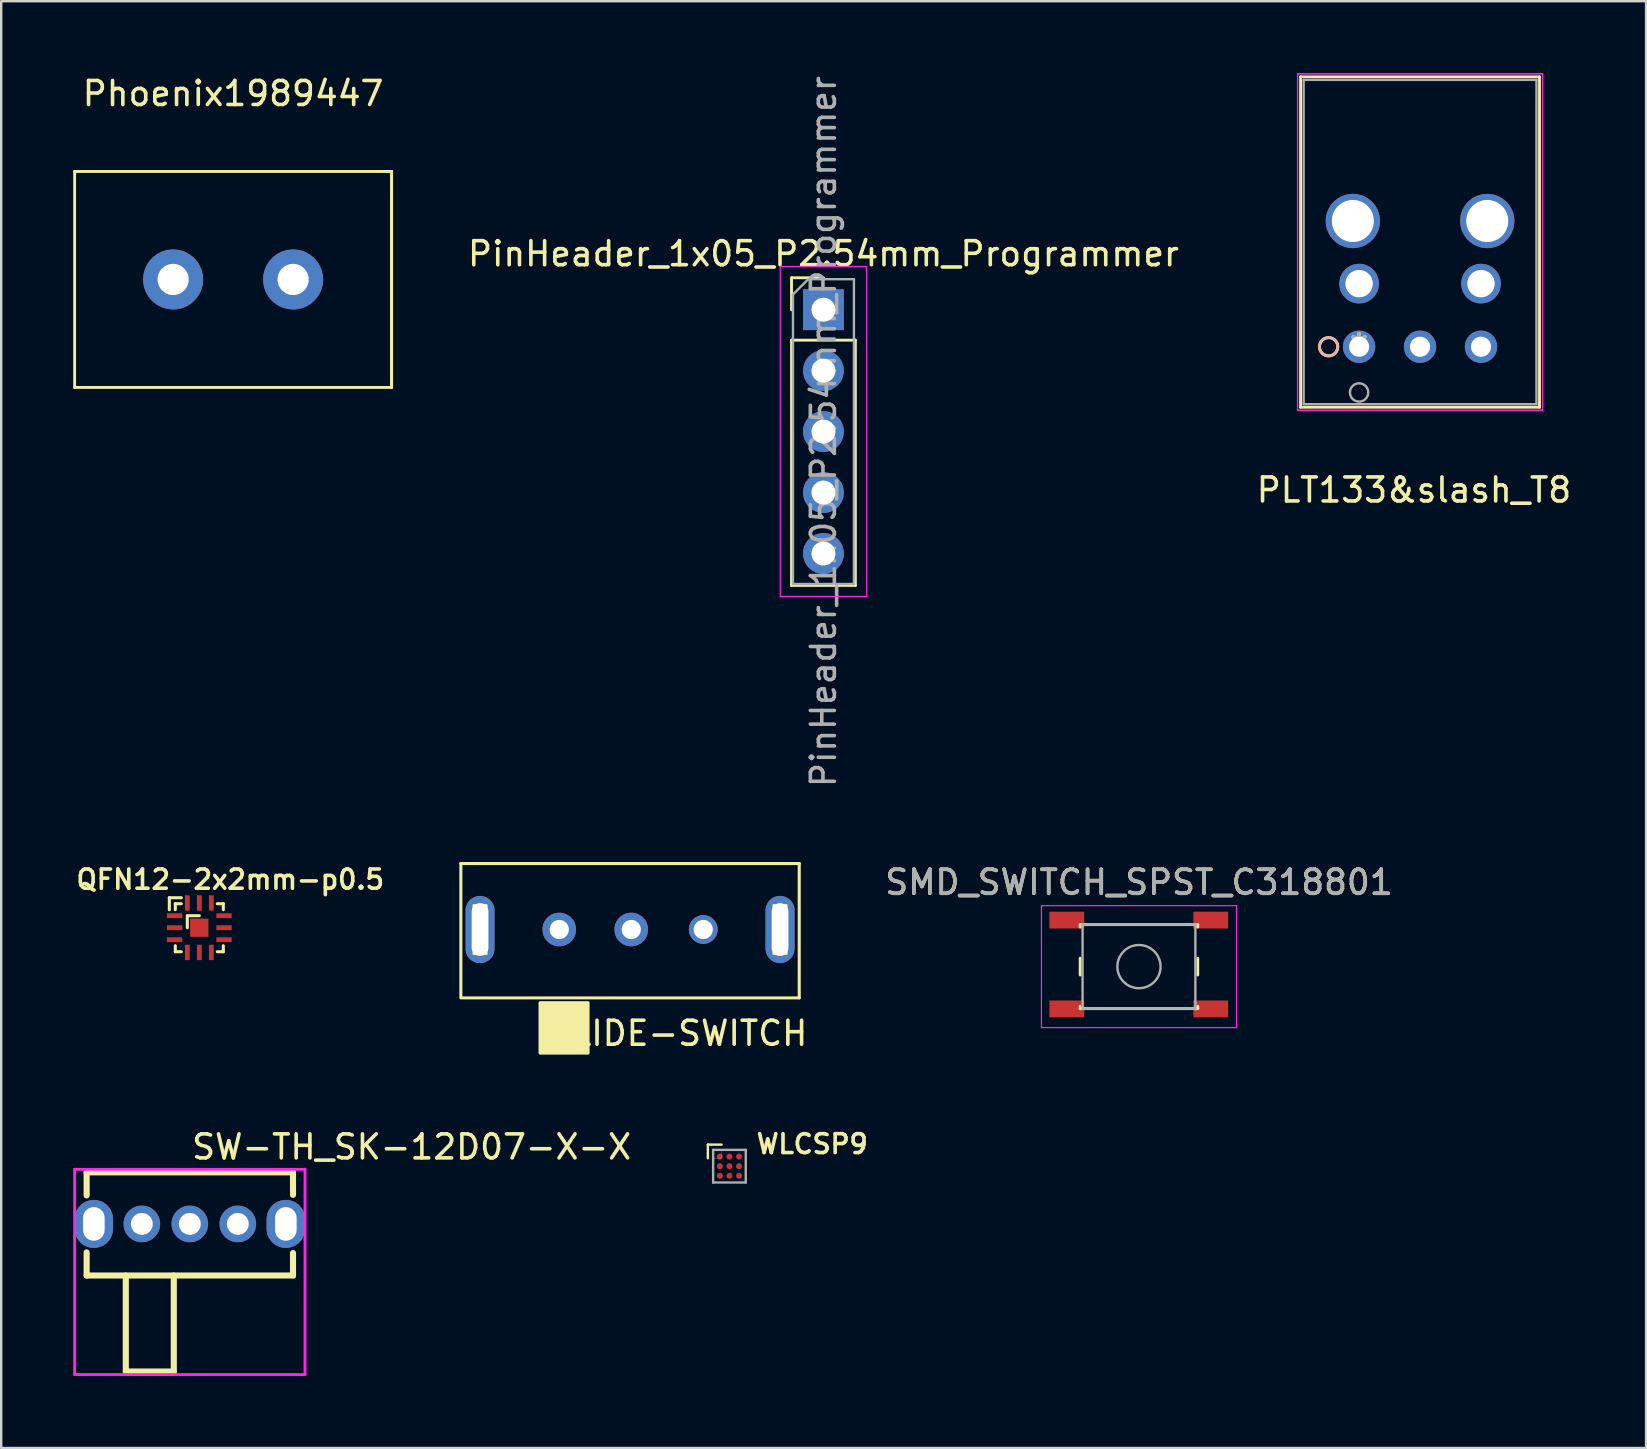
<source format=kicad_pcb>
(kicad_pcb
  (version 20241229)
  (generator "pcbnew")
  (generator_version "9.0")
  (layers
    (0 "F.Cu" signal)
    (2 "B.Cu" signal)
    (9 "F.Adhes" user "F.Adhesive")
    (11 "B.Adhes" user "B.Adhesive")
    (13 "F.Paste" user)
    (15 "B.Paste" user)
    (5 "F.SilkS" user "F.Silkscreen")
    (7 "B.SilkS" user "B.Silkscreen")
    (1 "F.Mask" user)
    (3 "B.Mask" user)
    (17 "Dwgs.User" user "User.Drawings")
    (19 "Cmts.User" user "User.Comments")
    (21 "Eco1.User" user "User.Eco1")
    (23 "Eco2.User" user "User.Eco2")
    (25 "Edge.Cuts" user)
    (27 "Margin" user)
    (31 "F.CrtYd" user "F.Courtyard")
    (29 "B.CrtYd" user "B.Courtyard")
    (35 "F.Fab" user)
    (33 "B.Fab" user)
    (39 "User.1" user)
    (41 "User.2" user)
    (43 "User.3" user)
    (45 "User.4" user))
  (footprint "QFN12-2x2mm-p0.5"
    (layer "F.Cu")
    (at 5.255 35.608)
    (property "Reference" "QFN12-2x2mm-p0.5" (at 1.29 -2.008 0) (layer "F.SilkS") (effects (font (size 0.8 0.8) (thickness 0.15))))
    (attr through_hole)
    (fp_line (start -1.25 -1.25) (end -0.75 -1.25) (stroke (width 0.127) (type solid)) (layer "F.SilkS"))
    (fp_line (start -1.25 -0.75) (end -1.25 -1.25) (stroke (width 0.127) (type solid)) (layer "F.SilkS"))
    (fp_line (start -1 -1) (end -0.75 -1) (stroke (width 0.127) (type solid)) (layer "F.SilkS"))
    (fp_line (start -1 -0.75) (end -1 -1) (stroke (width 0.127) (type solid)) (layer "F.SilkS"))
    (fp_line (start -1 0.75) (end -1 1) (stroke (width 0.127) (type solid)) (layer "F.SilkS"))
    (fp_line (start -1 1) (end -0.75 1) (stroke (width 0.127) (type solid)) (layer "F.SilkS"))
    (fp_line (start -0.5 -0.5) (end 0 -0.5) (stroke (width 0.127) (type solid)) (layer "F.SilkS"))
    (fp_line (start -0.5 0) (end -0.5 -0.5) (stroke (width 0.127) (type solid)) (layer "F.SilkS"))
    (fp_line (start 0.75 -1) (end 1 -1) (stroke (width 0.127) (type solid)) (layer "F.SilkS"))
    (fp_line (start 0.75 1) (end 1 1) (stroke (width 0.127) (type solid)) (layer "F.SilkS"))
    (fp_line (start 1 -1) (end 1 -0.75) (stroke (width 0.127) (type solid)) (layer "F.SilkS"))
    (fp_line (start 1 1) (end 1 0.75) (stroke (width 0.127) (type solid)) (layer "F.SilkS"))
    (pad "1" smd rect (at -1.03 -0.5 90) (size 0.2 0.64) (layers "F.Cu" "F.Mask" "F.Paste"))
    (pad "2" smd rect (at -1.03 0 90) (size 0.2 0.64) (layers "F.Cu" "F.Mask" "F.Paste"))
    (pad "3" smd rect (at -1.03 0.5 90) (size 0.2 0.64) (layers "F.Cu" "F.Mask" "F.Paste"))
    (pad "4" smd rect (at -0.5 1.03 180) (size 0.2 0.64) (layers "F.Cu" "F.Mask" "F.Paste"))
    (pad "5" smd rect (at 0 1.03 180) (size 0.2 0.64) (layers "F.Cu" "F.Mask" "F.Paste"))
    (pad "6" smd rect (at 0.5 1.03 180) (size 0.2 0.64) (layers "F.Cu" "F.Mask" "F.Paste"))
    (pad "7" smd rect (at 1.03 0.5 90) (size 0.2 0.64) (layers "F.Cu" "F.Mask" "F.Paste"))
    (pad "8" smd rect (at 1.03 0 90) (size 0.2 0.64) (layers "F.Cu" "F.Mask" "F.Paste"))
    (pad "9" smd rect (at 1.03 -0.5 90) (size 0.2 0.64) (layers "F.Cu" "F.Mask" "F.Paste"))
    (pad "10" smd rect (at 0.5 -1.03 180) (size 0.2 0.64) (layers "F.Cu" "F.Mask" "F.Paste"))
    (pad "11" smd rect (at 0 -1.03 180) (size 0.2 0.64) (layers "F.Cu" "F.Mask" "F.Paste"))
    (pad "12" smd rect (at -0.5 -1.03 180) (size 0.2 0.64) (layers "F.Cu" "F.Mask" "F.Paste"))
    (pad "P" smd rect (at 0 0) (size 0.76 0.76) (layers "F.Cu" "F.Mask" "F.Paste")))
  (footprint "SW-TH_SK-12D07-X-X"
    (layer "F.Cu")
    (at 4.86 47.951)
    (property "Reference" "SW-TH_SK-12D07-X-X" (at 0 -3.207 0) (layer "F.SilkS") (effects (font (size 1 1) (thickness 0.15)) (justify left)))
    (attr through_hole)
    (fp_line (start -4.3 -2.15) (end -4.3 -1.186) (stroke (width 0.254) (type solid)) (layer "F.SilkS"))
    (fp_line (start -4.3 -2.15) (end 4.3 -2.15) (stroke (width 0.254) (type solid)) (layer "F.SilkS"))
    (fp_line (start -4.3 1.186) (end -4.3 2.15) (stroke (width 0.254) (type solid)) (layer "F.SilkS"))
    (fp_line (start -4.3 2.15) (end 4.3 2.15) (stroke (width 0.254) (type solid)) (layer "F.SilkS"))
    (fp_line (start -2.668 2.15) (end -2.668 6.15) (stroke (width 0.254) (type solid)) (layer "F.SilkS"))
    (fp_line (start -2.668 6.15) (end -0.668 6.15) (stroke (width 0.254) (type solid)) (layer "F.SilkS"))
    (fp_line (start -0.668 6.15) (end -0.668 2.15) (stroke (width 0.254) (type solid)) (layer "F.SilkS"))
    (fp_line (start 4.3 -2.15) (end 4.3 -1.212) (stroke (width 0.254) (type solid)) (layer "F.SilkS"))
    (fp_line (start 4.3 1.212) (end 4.3 2.15) (stroke (width 0.254) (type solid)) (layer "F.SilkS"))
    (fp_circle (center -4.8 6.277) (end -4.77 6.277) (stroke (width 0.06) (type solid)) (fill no) (layer "Eco2.User"))
    (fp_circle (center -2 0) (end -1.821 0) (stroke (width 0.357) (type solid)) (fill no) (layer "Eco2.User"))
    (fp_circle (center 0 0) (end 0.179 0) (stroke (width 0.357) (type solid)) (fill no) (layer "Eco2.User"))
    (fp_circle (center 2 0) (end 2.179 0) (stroke (width 0.357) (type solid)) (fill no) (layer "Eco2.User"))
    (fp_poly (pts (xy -4.36 0.25) (xy -4.36 -0.25) (xy -3.64 -0.25) (xy -3.64 0.25)) (stroke (width 0.12) (type solid)) (fill no) (layer "Eco2.User"))
    (fp_poly (pts (xy 3.64 0.25) (xy 3.64 -0.25) (xy 4.36 -0.25) (xy 4.36 0.25)) (stroke (width 0.12) (type solid)) (fill no) (layer "Eco2.User"))
    (fp_line (start -4.8 -2.277) (end 4.8 -2.277) (stroke (width 0.12) (type solid)) (layer "F.CrtYd"))
    (fp_line (start -4.8 6.277) (end -4.8 -2.277) (stroke (width 0.12) (type solid)) (layer "F.CrtYd"))
    (fp_line (start 4.8 -2.277) (end 4.8 6.277) (stroke (width 0.12) (type solid)) (layer "F.CrtYd"))
    (fp_line (start 4.8 6.277) (end -4.8 6.277) (stroke (width 0.12) (type solid)) (layer "F.CrtYd"))
    (pad "1" thru_hole circle (at -2 0) (size 1.524 1.524) (drill 0.914) (layers "*.Cu" "*.Mask"))
    (pad "2" thru_hole circle (at 0 0) (size 1.524 1.524) (drill 0.914) (layers "*.Cu" "*.Mask"))
    (pad "3" thru_hole circle (at 2 0) (size 1.524 1.524) (drill 0.914) (layers "*.Cu" "*.Mask"))
    (pad "EH" thru_hole oval (at -4 0) (size 1.6 2) (drill oval 0.9 1.4) (layers "*.Cu" "*.Mask"))
    (pad "EH" thru_hole oval (at 4 0) (size 1.6 2) (drill oval 0.9 1.4) (layers "*.Cu" "*.Mask")))
  (footprint "WLCSP9"
    (layer "F.Cu")
    (at 27.346 45.545)
    (property "Reference" "WLCSP9" (at 3.45 -0.925 0) (layer "F.SilkS") (effects (font (size 0.787 0.787) (thickness 0.15))))
    (attr through_hole)
    (fp_circle (center -0.4 -0.4) (end -0.237 -0.4) (stroke (width 0) (type solid)) (fill yes) (layer "F.Mask"))
    (fp_circle (center -0.4 0) (end -0.237 0) (stroke (width 0) (type solid)) (fill yes) (layer "F.Mask"))
    (fp_circle (center -0.4 0.4) (end -0.237 0.4) (stroke (width 0) (type solid)) (fill yes) (layer "F.Mask"))
    (fp_circle (center 0 -0.4) (end 0.163 -0.4) (stroke (width 0) (type solid)) (fill yes) (layer "F.Mask"))
    (fp_circle (center 0 0) (end 0.163 0) (stroke (width 0) (type solid)) (fill yes) (layer "F.Mask"))
    (fp_circle (center 0 0.4) (end 0.163 0.4) (stroke (width 0) (type solid)) (fill yes) (layer "F.Mask"))
    (fp_circle (center 0.4 -0.4) (end 0.562 -0.4) (stroke (width 0) (type solid)) (fill yes) (layer "F.Mask"))
    (fp_circle (center 0.4 0) (end 0.562 0) (stroke (width 0) (type solid)) (fill yes) (layer "F.Mask"))
    (fp_circle (center 0.4 0.4) (end 0.562 0.4) (stroke (width 0) (type solid)) (fill yes) (layer "F.Mask"))
    (fp_line (start -0.9 -0.9) (end -0.9 -0.33) (stroke (width 0.1) (type solid)) (layer "F.SilkS"))
    (fp_line (start -0.33 -0.9) (end -0.9 -0.9) (stroke (width 0.1) (type solid)) (layer "F.SilkS"))
    (fp_line (start -0.68 -0.68) (end 0.68 -0.68) (stroke (width 0.1) (type solid)) (layer "F.Fab"))
    (fp_line (start -0.68 0.68) (end -0.68 -0.68) (stroke (width 0.1) (type solid)) (layer "F.Fab"))
    (fp_line (start 0.68 -0.68) (end 0.68 0.68) (stroke (width 0.1) (type solid)) (layer "F.Fab"))
    (fp_line (start 0.68 0.68) (end -0.68 0.68) (stroke (width 0.1) (type solid)) (layer "F.Fab"))
    (fp_poly (pts (xy -0.68 -0.68) (xy -0.33 -0.68) (xy -0.33 -0.33) (xy -0.68 -0.33)) (stroke (width 0.01) (type solid)) (fill no) (layer "F.Fab"))
    (pad "A1" smd circle (at -0.4 -0.4) (size 0.25 0.25) (layers "F.Cu" "F.Paste"))
    (pad "A2" smd circle (at 0 -0.4) (size 0.25 0.25) (layers "F.Cu" "F.Paste"))
    (pad "A3" smd circle (at 0.4 -0.4) (size 0.25 0.25) (layers "F.Cu" "F.Paste"))
    (pad "B1" smd circle (at -0.4 0) (size 0.25 0.25) (layers "F.Cu" "F.Paste"))
    (pad "B2" smd circle (at 0 0) (size 0.25 0.25) (layers "F.Cu" "F.Paste"))
    (pad "B3" smd circle (at 0.4 0) (size 0.25 0.25) (layers "F.Cu" "F.Paste"))
    (pad "C1" smd circle (at -0.4 0.4) (size 0.25 0.25) (layers "F.Cu" "F.Paste"))
    (pad "C2" smd circle (at 0 0.4) (size 0.25 0.25) (layers "F.Cu" "F.Paste"))
    (pad "C3" smd circle (at 0.4 0.4) (size 0.25 0.25) (layers "F.Cu" "F.Paste")))
  (footprint "PinHeader_1x05_P2.54mm_Programmer"
    (layer "F.Cu")
    (at 31.263 9.855)
    (property "Reference" "PinHeader_1x05_P2.54mm_Programmer" (at 0 -2.33 0) (layer "F.SilkS") (effects (font (size 1 1) (thickness 0.15))))
    (attr through_hole)
    (fp_line (start -1.33 -1.33) (end 0 -1.33) (stroke (width 0.12) (type solid)) (layer "F.SilkS"))
    (fp_line (start -1.33 0) (end -1.33 -1.33) (stroke (width 0.12) (type solid)) (layer "F.SilkS"))
    (fp_line (start -1.33 1.27) (end -1.33 11.49) (stroke (width 0.12) (type solid)) (layer "F.SilkS"))
    (fp_line (start -1.33 1.27) (end 1.33 1.27) (stroke (width 0.12) (type solid)) (layer "F.SilkS"))
    (fp_line (start -1.33 11.49) (end 1.33 11.49) (stroke (width 0.12) (type solid)) (layer "F.SilkS"))
    (fp_line (start 1.33 1.27) (end 1.33 11.49) (stroke (width 0.12) (type solid)) (layer "F.SilkS"))
    (fp_line (start -1.8 -1.8) (end -1.8 11.95) (stroke (width 0.05) (type solid)) (layer "F.CrtYd"))
    (fp_line (start -1.8 11.95) (end 1.8 11.95) (stroke (width 0.05) (type solid)) (layer "F.CrtYd"))
    (fp_line (start 1.8 -1.8) (end -1.8 -1.8) (stroke (width 0.05) (type solid)) (layer "F.CrtYd"))
    (fp_line (start 1.8 11.95) (end 1.8 -1.8) (stroke (width 0.05) (type solid)) (layer "F.CrtYd"))
    (fp_line (start -1.27 -0.635) (end -0.635 -1.27) (stroke (width 0.1) (type solid)) (layer "F.Fab"))
    (fp_line (start -1.27 11.43) (end -1.27 -0.635) (stroke (width 0.1) (type solid)) (layer "F.Fab"))
    (fp_line (start -0.635 -1.27) (end 1.27 -1.27) (stroke (width 0.1) (type solid)) (layer "F.Fab"))
    (fp_line (start 1.27 -1.27) (end 1.27 11.43) (stroke (width 0.1) (type solid)) (layer "F.Fab"))
    (fp_line (start 1.27 11.43) (end -1.27 11.43) (stroke (width 0.1) (type solid)) (layer "F.Fab"))
    (fp_text user "${REFERENCE}" (at 0 5.08 90) (layer "F.Fab") (effects (font (size 1 1) (thickness 0.15))))
    (pad "1" thru_hole rect (at 0 0) (size 1.7 1.7) (drill 1) (layers "*.Cu" "*.Mask"))
    (pad "2" thru_hole oval (at 0 2.54) (size 1.7 1.7) (drill 1) (layers "*.Cu" "*.Mask"))
    (pad "3" thru_hole oval (at 0 5.08) (size 1.7 1.7) (drill 1) (layers "*.Cu" "*.Mask"))
    (pad "4" thru_hole oval (at 0 7.62) (size 1.7 1.7) (drill 1) (layers "*.Cu" "*.Mask"))
    (pad "5" thru_hole oval (at 0 10.16) (size 1.7 1.7) (drill 1) (layers "*.Cu" "*.Mask")))
  (footprint "SLIDE-SWITCH"
    (layer "F.Cu")
    (at 16.954 36.833)
    (property "Reference" "SLIDE-SWITCH" (at 8.255 3.175 0) (layer "F.SilkS") (effects (font (size 1 1) (thickness 0.15))))
    (attr through_hole)
    (fp_line (start -0.8 -3.9) (end -0.8 1.65) (stroke (width 0.127) (type solid)) (layer "F.SilkS"))
    (fp_line (start -0.8 -3.9) (end 13.3 -3.9) (stroke (width 0.127) (type solid)) (layer "F.SilkS"))
    (fp_line (start -0.8 1.7) (end 13.3 1.7) (stroke (width 0.127) (type solid)) (layer "F.SilkS"))
    (fp_line (start -0.25 -2.15) (end 0.25 -2.15) (stroke (width 0.127) (type solid)) (layer "F.SilkS"))
    (fp_line (start -0.25 -0.15) (end -0.25 -2.15) (stroke (width 0.127) (type solid)) (layer "F.SilkS"))
    (fp_line (start 0.25 -0.15) (end -0.25 -0.15) (stroke (width 0.127) (type solid)) (layer "F.SilkS"))
    (fp_line (start 0.25 -0.15) (end 0.25 -2.15) (stroke (width 0.127) (type solid)) (layer "F.SilkS"))
    (fp_line (start 12.25 -2.15) (end 12.25 -0.15) (stroke (width 0.127) (type solid)) (layer "F.SilkS"))
    (fp_line (start 12.75 -2.15) (end 12.25 -2.15) (stroke (width 0.127) (type solid)) (layer "F.SilkS"))
    (fp_line (start 12.75 -0.15) (end 12.25 -0.15) (stroke (width 0.127) (type solid)) (layer "F.SilkS"))
    (fp_line (start 12.75 -0.15) (end 12.75 -2.15) (stroke (width 0.127) (type solid)) (layer "F.SilkS"))
    (fp_line (start 13.3 1.7) (end 13.3 -3.9) (stroke (width 0.127) (type solid)) (layer "F.SilkS"))
    (fp_poly (pts (xy 2.5 1.9) (xy 2.5 4) (xy 4.5 4) (xy 4.5 1.9)) (stroke (width 0.127) (type solid)) (fill yes) (layer "F.SilkS"))
    (pad "1" thru_hole circle (at 3.3 -1.15) (size 1.4 1.4) (drill 0.8) (layers "*.Cu" "*.Mask"))
    (pad "2" thru_hole circle (at 6.3 -1.15) (size 1.4 1.4) (drill 0.8) (layers "*.Cu" "*.Mask"))
    (pad "3" thru_hole circle (at 9.3 -1.15) (size 1.2 1.2) (drill 0.8) (layers "*.Cu" "*.Mask"))
    (pad "4" thru_hole oval (at 0 -1.15) (size 1.208 2.8) (drill oval 0.7 2.2) (layers "*.Cu" "*.Mask"))
    (pad "4" thru_hole oval (at 12.5 -1.15) (size 1.208 2.8) (drill oval 0.7 2.2) (layers "*.Cu" "*.Mask")))
  (footprint "SMD_SWITCH_SPST_C318801"
    (layer "F.Cu")
    (at 43.903 37.991)
    (property "Reference" "SMD_SWITCH_SPST_C318801" (at 0.508 -4.274 0) (layer "F.SilkS") (effects (font (size 1 1) (thickness 0.15))))
    (attr smd)
    (fp_line (start -1.942 -2.512) (end -1.942 -2.412) (stroke (width 0.12) (type solid)) (layer "F.SilkS"))
    (fp_line (start -1.942 -1.112) (end -1.942 -0.412) (stroke (width 0.12) (type solid)) (layer "F.SilkS"))
    (fp_line (start -1.942 0.888) (end -1.942 0.988) (stroke (width 0.12) (type solid)) (layer "F.SilkS"))
    (fp_line (start -1.942 0.988) (end 2.958 0.988) (stroke (width 0.12) (type solid)) (layer "F.SilkS"))
    (fp_line (start 2.958 -2.512) (end -1.942 -2.512) (stroke (width 0.12) (type solid)) (layer "F.SilkS"))
    (fp_line (start 2.958 -2.512) (end 2.958 -2.412) (stroke (width 0.12) (type solid)) (layer "F.SilkS"))
    (fp_line (start 2.958 -1.112) (end 2.958 -0.412) (stroke (width 0.12) (type solid)) (layer "F.SilkS"))
    (fp_line (start 2.958 0.988) (end 2.958 0.888) (stroke (width 0.12) (type solid)) (layer "F.SilkS"))
    (fp_line (start -3.556 -3.302) (end 4.572 -3.302) (stroke (width 0.05) (type solid)) (layer "F.CrtYd"))
    (fp_line (start -3.556 1.778) (end -3.556 -3.302) (stroke (width 0.05) (type solid)) (layer "F.CrtYd"))
    (fp_line (start 4.572 -3.302) (end 4.572 1.778) (stroke (width 0.05) (type solid)) (layer "F.CrtYd"))
    (fp_line (start 4.572 1.778) (end -3.556 1.778) (stroke (width 0.05) (type solid)) (layer "F.CrtYd"))
    (fp_line (start -1.842 -2.512) (end 2.858 -2.512) (stroke (width 0.1) (type solid)) (layer "F.Fab"))
    (fp_line (start -1.842 0.988) (end -1.842 -2.512) (stroke (width 0.1) (type solid)) (layer "F.Fab"))
    (fp_line (start 2.858 -2.512) (end 2.858 0.988) (stroke (width 0.1) (type solid)) (layer "F.Fab"))
    (fp_line (start 2.858 0.988) (end -1.842 0.988) (stroke (width 0.1) (type solid)) (layer "F.Fab"))
    (fp_circle (center 0.508 -0.762) (end 1.408 -0.762) (stroke (width 0.1) (type solid)) (fill no) (layer "F.Fab"))
    (fp_text user "${REFERENCE}" (at 0.508 -4.274 0) (layer "F.Fab") (effects (font (size 1 1) (thickness 0.15))))
    (pad "1" smd rect (at -2.5 1 180) (size 1.45 0.7) (layers "F.Cu" "F.Mask" "F.Paste"))
    (pad "2" smd rect (at -2.5 -2.7) (size 1.45 0.7) (layers "F.Cu" "F.Mask" "F.Paste"))
    (pad "3" smd rect (at 3.5 1) (size 1.45 0.7) (layers "F.Cu" "F.Mask" "F.Paste"))
    (pad "4" smd rect (at 3.5 -2.7) (size 1.45 0.7) (layers "F.Cu" "F.Mask" "F.Paste")))
  (footprint "Phoenix1989447"
    (layer "F.Cu")
    (at 6.664 8.595)
    (property "Reference" "Phoenix1989447" (at 0 -7.747 0) (layer "F.SilkS") (effects (font (size 1 1) (thickness 0.15))))
    (attr through_hole)
    (fp_line (start -6.604 -4.5) (end -6.604 4.5) (stroke (width 0.12) (type solid)) (layer "F.SilkS"))
    (fp_line (start -6.604 4.5) (end 6.604 4.5) (stroke (width 0.12) (type solid)) (layer "F.SilkS"))
    (fp_line (start 6.604 -4.5) (end -6.604 -4.5) (stroke (width 0.12) (type solid)) (layer "F.SilkS"))
    (fp_line (start 6.604 4.5) (end 6.604 -4.5) (stroke (width 0.12) (type solid)) (layer "F.SilkS"))
    (fp_line (start 6.604 4.5) (end 6.604 -4.5) (stroke (width 0.12) (type solid)) (layer "F.SilkS"))
    (pad "1" thru_hole circle (at -2.5 0) (size 2.5 2.5) (drill 1.3) (layers "*.Cu" "*.Mask"))
    (pad "2" thru_hole circle (at 2.5 0) (size 2.5 2.5) (drill 1.3) (layers "*.Cu" "*.Mask")))
  (footprint "PLT133&slash_T8"
    (layer "F.Cu")
    (at 53.584 11.399)
    (property "Reference" "PLT133&slash_T8" (at 2.286 5.969 0) (layer "F.SilkS") (effects (font (size 1 1) (thickness 0.15))))
    (attr through_hole)
    (fp_line (start -2.438 -11.247) (end -2.438 2.52) (stroke (width 0.12) (type solid)) (layer "F.SilkS"))
    (fp_line (start -2.438 2.52) (end 7.518 2.52) (stroke (width 0.12) (type solid)) (layer "F.SilkS"))
    (fp_line (start 7.518 -11.247) (end -2.438 -11.247) (stroke (width 0.12) (type solid)) (layer "F.SilkS"))
    (fp_line (start 7.518 2.52) (end 7.518 -11.247) (stroke (width 0.12) (type solid)) (layer "F.SilkS"))
    (fp_circle (center -1.27 0) (end -0.889 0) (stroke (width 0.12) (type solid)) (fill no) (layer "F.SilkS"))
    (fp_circle (center -1.27 0) (end -0.889 0) (stroke (width 0.12) (type solid)) (fill no) (layer "B.SilkS"))
    (fp_line (start -2.565 -11.374) (end -2.565 2.647) (stroke (width 0.05) (type solid)) (layer "F.CrtYd"))
    (fp_line (start -2.565 -11.374) (end -2.565 2.647) (stroke (width 0.05) (type solid)) (layer "F.CrtYd"))
    (fp_line (start -2.565 2.647) (end 7.645 2.647) (stroke (width 0.05) (type solid)) (layer "F.CrtYd"))
    (fp_line (start -2.565 2.647) (end 7.645 2.647) (stroke (width 0.05) (type solid)) (layer "F.CrtYd"))
    (fp_line (start 7.645 -11.374) (end -2.565 -11.374) (stroke (width 0.05) (type solid)) (layer "F.CrtYd"))
    (fp_line (start 7.645 -11.374) (end -2.565 -11.374) (stroke (width 0.05) (type solid)) (layer "F.CrtYd"))
    (fp_line (start 7.645 2.647) (end 7.645 -11.374) (stroke (width 0.05) (type solid)) (layer "F.CrtYd"))
    (fp_line (start 7.645 2.647) (end 7.645 -11.374) (stroke (width 0.05) (type solid)) (layer "F.CrtYd"))
    (fp_line (start -2.311 -11.12) (end -2.311 2.393) (stroke (width 0.1) (type solid)) (layer "F.Fab"))
    (fp_line (start -2.311 2.393) (end 7.391 2.393) (stroke (width 0.1) (type solid)) (layer "F.Fab"))
    (fp_line (start 7.391 -11.12) (end -2.311 -11.12) (stroke (width 0.1) (type solid)) (layer "F.Fab"))
    (fp_line (start 7.391 2.393) (end 7.391 -11.12) (stroke (width 0.1) (type solid)) (layer "F.Fab"))
    (fp_circle (center 0 1.905) (end 0.381 1.905) (stroke (width 0.1) (type solid)) (fill no) (layer "F.Fab"))
    (fp_text user "*" (at 0 0 0) (layer "F.SilkS") (effects (font (size 1 1) (thickness 0.15))))
    (fp_text user "*" (at 0 0 0) (layer "F.Fab") (effects (font (size 1 1) (thickness 0.15))))
    (pad "1" thru_hole circle (at 0 0) (size 1.346 1.346) (drill 0.838) (layers "*.Cu" "*.Mask"))
    (pad "2" thru_hole circle (at 2.54 0) (size 1.346 1.346) (drill 0.838) (layers "*.Cu" "*.Mask"))
    (pad "3" thru_hole circle (at 5.08 0) (size 1.346 1.346) (drill 0.838) (layers "*.Cu" "*.Mask"))
    (pad "4" thru_hole circle (at 0 -2.63) (size 1.651 1.651) (drill 1.143) (layers "*.Cu" "*.Mask"))
    (pad "5" thru_hole circle (at 5.08 -2.63) (size 1.651 1.651) (drill 1.143) (layers "*.Cu" "*.Mask"))
    (pad "7" thru_hole circle (at -0.26 -5.24) (size 2.261 2.261) (drill 1.753) (layers "*.Cu" "*.Mask"))
    (pad "8" thru_hole circle (at 5.34 -5.24) (size 2.261 2.261) (drill 1.753) (layers "*.Cu" "*.Mask")))
  (gr_rect
    (start -3 -3)
    (end 65.542 57.288)
    (stroke (width 0.1) (type default))
    (fill no)
    (layer "Edge.Cuts")))
</source>
